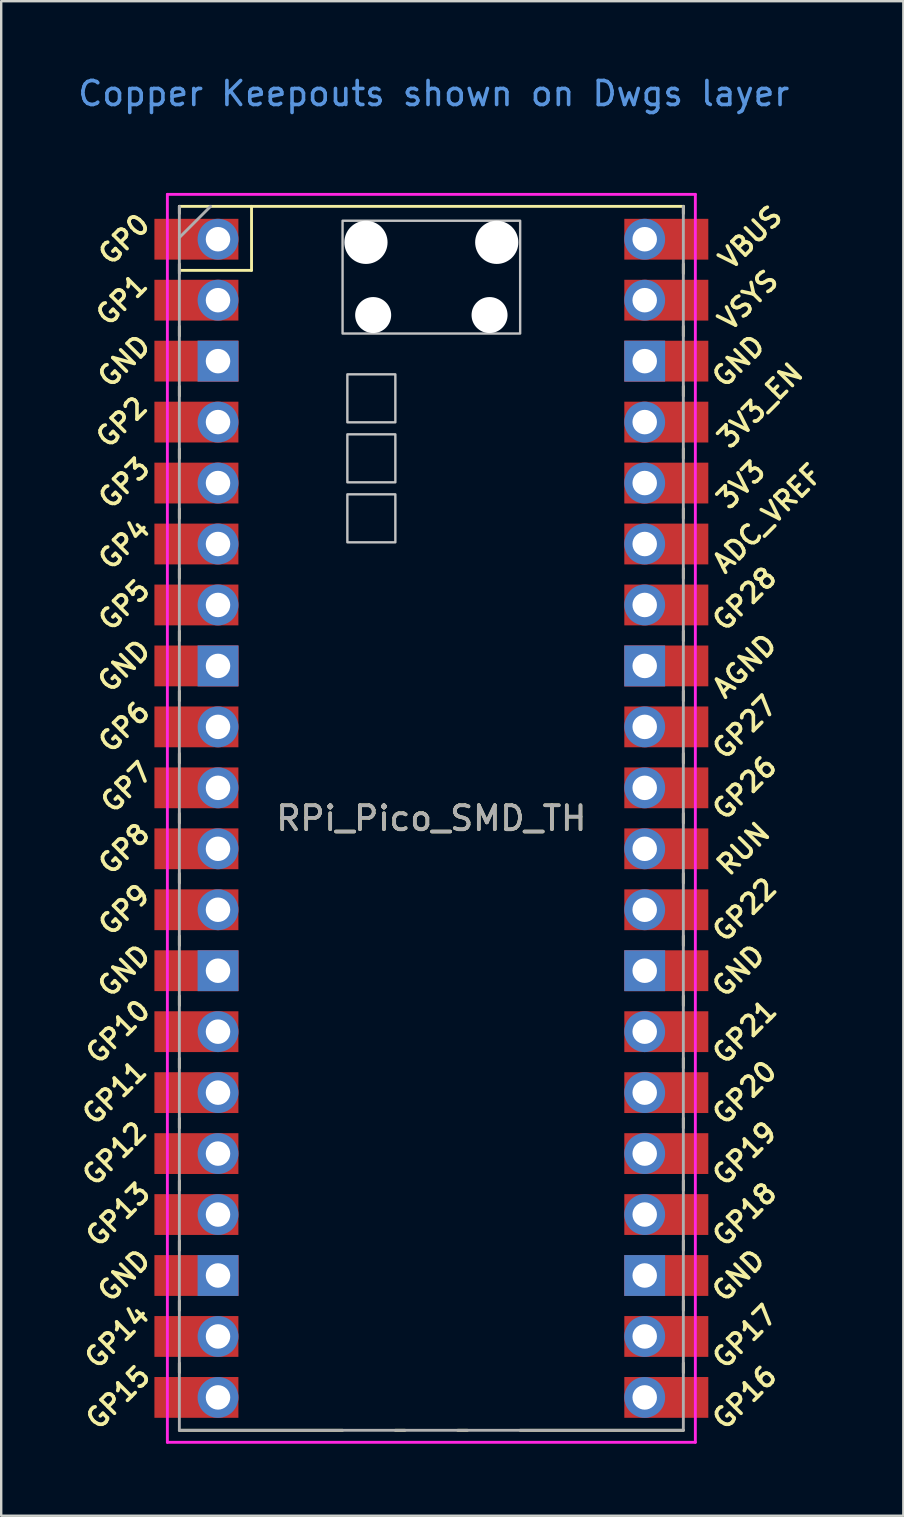
<source format=kicad_pcb>
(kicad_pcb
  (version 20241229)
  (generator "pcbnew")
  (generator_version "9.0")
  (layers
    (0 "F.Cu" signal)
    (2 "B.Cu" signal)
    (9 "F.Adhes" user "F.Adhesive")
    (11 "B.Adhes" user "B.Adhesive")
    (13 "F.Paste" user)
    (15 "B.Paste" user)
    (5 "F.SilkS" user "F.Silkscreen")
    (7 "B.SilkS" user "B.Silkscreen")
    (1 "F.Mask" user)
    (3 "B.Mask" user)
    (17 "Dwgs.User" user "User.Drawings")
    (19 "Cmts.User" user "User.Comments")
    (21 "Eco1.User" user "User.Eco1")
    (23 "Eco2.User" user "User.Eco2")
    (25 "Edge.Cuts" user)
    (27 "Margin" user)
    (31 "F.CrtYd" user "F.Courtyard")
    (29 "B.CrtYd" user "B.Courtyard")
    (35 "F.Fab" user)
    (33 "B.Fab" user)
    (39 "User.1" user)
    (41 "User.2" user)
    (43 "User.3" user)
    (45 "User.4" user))
  (footprint "RPi_Pico_SMD_TH"
    (layer "F.Cu")
    (at 14.924 31.048)
    (property "Reference" "RPi_Pico_SMD_TH" (at 0 0 0) (layer "F.SilkS") (effects (font (size 1 1) (thickness 0.15))))
    (attr through_hole)
    (fp_line (start -10.5 -25.5) (end -10.5 -25.2) (stroke (width 0.12) (type solid)) (layer "F.SilkS"))
    (fp_line (start -10.5 -25.5) (end 10.5 -25.5) (stroke (width 0.12) (type solid)) (layer "F.SilkS"))
    (fp_line (start -10.5 -23.1) (end -10.5 -22.7) (stroke (width 0.12) (type solid)) (layer "F.SilkS"))
    (fp_line (start -10.5 -22.833) (end -7.493 -22.833) (stroke (width 0.12) (type solid)) (layer "F.SilkS"))
    (fp_line (start -10.5 -20.5) (end -10.5 -20.1) (stroke (width 0.12) (type solid)) (layer "F.SilkS"))
    (fp_line (start -10.5 -18) (end -10.5 -17.6) (stroke (width 0.12) (type solid)) (layer "F.SilkS"))
    (fp_line (start -10.5 -15.4) (end -10.5 -15) (stroke (width 0.12) (type solid)) (layer "F.SilkS"))
    (fp_line (start -10.5 -12.9) (end -10.5 -12.5) (stroke (width 0.12) (type solid)) (layer "F.SilkS"))
    (fp_line (start -10.5 -10.4) (end -10.5 -10) (stroke (width 0.12) (type solid)) (layer "F.SilkS"))
    (fp_line (start -10.5 -7.8) (end -10.5 -7.4) (stroke (width 0.12) (type solid)) (layer "F.SilkS"))
    (fp_line (start -10.5 -5.3) (end -10.5 -4.9) (stroke (width 0.12) (type solid)) (layer "F.SilkS"))
    (fp_line (start -10.5 -2.7) (end -10.5 -2.3) (stroke (width 0.12) (type solid)) (layer "F.SilkS"))
    (fp_line (start -10.5 -0.2) (end -10.5 0.2) (stroke (width 0.12) (type solid)) (layer "F.SilkS"))
    (fp_line (start -10.5 2.3) (end -10.5 2.7) (stroke (width 0.12) (type solid)) (layer "F.SilkS"))
    (fp_line (start -10.5 4.9) (end -10.5 5.3) (stroke (width 0.12) (type solid)) (layer "F.SilkS"))
    (fp_line (start -10.5 7.4) (end -10.5 7.8) (stroke (width 0.12) (type solid)) (layer "F.SilkS"))
    (fp_line (start -10.5 10) (end -10.5 10.4) (stroke (width 0.12) (type solid)) (layer "F.SilkS"))
    (fp_line (start -10.5 12.5) (end -10.5 12.9) (stroke (width 0.12) (type solid)) (layer "F.SilkS"))
    (fp_line (start -10.5 15.1) (end -10.5 15.5) (stroke (width 0.12) (type solid)) (layer "F.SilkS"))
    (fp_line (start -10.5 17.6) (end -10.5 18) (stroke (width 0.12) (type solid)) (layer "F.SilkS"))
    (fp_line (start -10.5 20.1) (end -10.5 20.5) (stroke (width 0.12) (type solid)) (layer "F.SilkS"))
    (fp_line (start -10.5 22.7) (end -10.5 23.1) (stroke (width 0.12) (type solid)) (layer "F.SilkS"))
    (fp_line (start -7.493 -22.833) (end -7.493 -25.5) (stroke (width 0.12) (type solid)) (layer "F.SilkS"))
    (fp_line (start -3.7 25.5) (end -10.5 25.5) (stroke (width 0.12) (type solid)) (layer "F.SilkS"))
    (fp_line (start -1.5 25.5) (end -1.1 25.5) (stroke (width 0.12) (type solid)) (layer "F.SilkS"))
    (fp_line (start 1.1 25.5) (end 1.5 25.5) (stroke (width 0.12) (type solid)) (layer "F.SilkS"))
    (fp_line (start 10.5 -25.5) (end 10.5 -25.2) (stroke (width 0.12) (type solid)) (layer "F.SilkS"))
    (fp_line (start 10.5 -23.1) (end 10.5 -22.7) (stroke (width 0.12) (type solid)) (layer "F.SilkS"))
    (fp_line (start 10.5 -20.5) (end 10.5 -20.1) (stroke (width 0.12) (type solid)) (layer "F.SilkS"))
    (fp_line (start 10.5 -18) (end 10.5 -17.6) (stroke (width 0.12) (type solid)) (layer "F.SilkS"))
    (fp_line (start 10.5 -15.4) (end 10.5 -15) (stroke (width 0.12) (type solid)) (layer "F.SilkS"))
    (fp_line (start 10.5 -12.9) (end 10.5 -12.5) (stroke (width 0.12) (type solid)) (layer "F.SilkS"))
    (fp_line (start 10.5 -10.4) (end 10.5 -10) (stroke (width 0.12) (type solid)) (layer "F.SilkS"))
    (fp_line (start 10.5 -7.8) (end 10.5 -7.4) (stroke (width 0.12) (type solid)) (layer "F.SilkS"))
    (fp_line (start 10.5 -5.3) (end 10.5 -4.9) (stroke (width 0.12) (type solid)) (layer "F.SilkS"))
    (fp_line (start 10.5 -2.7) (end 10.5 -2.3) (stroke (width 0.12) (type solid)) (layer "F.SilkS"))
    (fp_line (start 10.5 -0.2) (end 10.5 0.2) (stroke (width 0.12) (type solid)) (layer "F.SilkS"))
    (fp_line (start 10.5 2.3) (end 10.5 2.7) (stroke (width 0.12) (type solid)) (layer "F.SilkS"))
    (fp_line (start 10.5 4.9) (end 10.5 5.3) (stroke (width 0.12) (type solid)) (layer "F.SilkS"))
    (fp_line (start 10.5 7.4) (end 10.5 7.8) (stroke (width 0.12) (type solid)) (layer "F.SilkS"))
    (fp_line (start 10.5 10) (end 10.5 10.4) (stroke (width 0.12) (type solid)) (layer "F.SilkS"))
    (fp_line (start 10.5 12.5) (end 10.5 12.9) (stroke (width 0.12) (type solid)) (layer "F.SilkS"))
    (fp_line (start 10.5 15.1) (end 10.5 15.5) (stroke (width 0.12) (type solid)) (layer "F.SilkS"))
    (fp_line (start 10.5 17.6) (end 10.5 18) (stroke (width 0.12) (type solid)) (layer "F.SilkS"))
    (fp_line (start 10.5 20.1) (end 10.5 20.5) (stroke (width 0.12) (type solid)) (layer "F.SilkS"))
    (fp_line (start 10.5 22.7) (end 10.5 23.1) (stroke (width 0.12) (type solid)) (layer "F.SilkS"))
    (fp_line (start 10.5 25.5) (end 3.7 25.5) (stroke (width 0.12) (type solid)) (layer "F.SilkS"))
    (fp_poly (pts (xy -1.5 -16.5) (xy -3.5 -16.5) (xy -3.5 -18.5) (xy -1.5 -18.5)) (stroke (width 0.1) (type solid)) (fill no) (layer "Dwgs.User"))
    (fp_poly (pts (xy -1.5 -14) (xy -3.5 -14) (xy -3.5 -16) (xy -1.5 -16)) (stroke (width 0.1) (type solid)) (fill no) (layer "Dwgs.User"))
    (fp_poly (pts (xy -1.5 -11.5) (xy -3.5 -11.5) (xy -3.5 -13.5) (xy -1.5 -13.5)) (stroke (width 0.1) (type solid)) (fill no) (layer "Dwgs.User"))
    (fp_poly (pts (xy 3.7 -20.2) (xy -3.7 -20.2) (xy -3.7 -24.9) (xy 3.7 -24.9)) (stroke (width 0.1) (type solid)) (fill no) (layer "Dwgs.User"))
    (fp_line (start -11 -26) (end 11 -26) (stroke (width 0.12) (type solid)) (layer "F.CrtYd"))
    (fp_line (start -11 26) (end -11 -26) (stroke (width 0.12) (type solid)) (layer "F.CrtYd"))
    (fp_line (start 11 -26) (end 11 26) (stroke (width 0.12) (type solid)) (layer "F.CrtYd"))
    (fp_line (start 11 26) (end -11 26) (stroke (width 0.12) (type solid)) (layer "F.CrtYd"))
    (fp_line (start -10.5 -24.2) (end -9.2 -25.5) (stroke (width 0.12) (type solid)) (layer "F.Fab"))
    (fp_line (start -10.5 25.5) (end -10.5 -25.5) (stroke (width 0.12) (type solid)) (layer "F.Fab"))
    (fp_line (start 10.5 -25.5) (end 10.5 25.5) (stroke (width 0.12) (type solid)) (layer "F.Fab"))
    (fp_line (start 10.5 25.5) (end -10.5 25.5) (stroke (width 0.12) (type solid)) (layer "F.Fab"))
    (fp_text user "GP13" (at -13.054 16.51 45) (layer "F.SilkS") (effects (font (size 0.8 0.8) (thickness 0.15))))
    (fp_text user "GND" (at -12.8 -19.05 45) (layer "F.SilkS") (effects (font (size 0.8 0.8) (thickness 0.15))))
    (fp_text user "GP4" (at -12.8 -11.43 45) (layer "F.SilkS") (effects (font (size 0.8 0.8) (thickness 0.15))))
    (fp_text user "3V3" (at 12.9 -13.9 45) (layer "F.SilkS") (effects (font (size 0.8 0.8) (thickness 0.15))))
    (fp_text user "GND" (at -12.8 6.35 45) (layer "F.SilkS") (effects (font (size 0.8 0.8) (thickness 0.15))))
    (fp_text user "GP8" (at -12.8 1.27 45) (layer "F.SilkS") (effects (font (size 0.8 0.8) (thickness 0.15))))
    (fp_text user "GP14" (at -13.1 21.59 45) (layer "F.SilkS") (effects (font (size 0.8 0.8) (thickness 0.15))))
    (fp_text user "VSYS" (at 13.2 -21.59 45) (layer "F.SilkS") (effects (font (size 0.8 0.8) (thickness 0.15))))
    (fp_text user "AGND" (at 13.054 -6.35 45) (layer "F.SilkS") (effects (font (size 0.8 0.8) (thickness 0.15))))
    (fp_text user "ADC_VREF" (at 14 -12.5 45) (layer "F.SilkS") (effects (font (size 0.8 0.8) (thickness 0.15))))
    (fp_text user "GP16" (at 13.054 24.13 45) (layer "F.SilkS") (effects (font (size 0.8 0.8) (thickness 0.15))))
    (fp_text user "VBUS" (at 13.3 -24.2 45) (layer "F.SilkS") (effects (font (size 0.8 0.8) (thickness 0.15))))
    (fp_text user "GP5" (at -12.8 -8.89 45) (layer "F.SilkS") (effects (font (size 0.8 0.8) (thickness 0.15))))
    (fp_text user "GP22" (at 13.054 3.81 45) (layer "F.SilkS") (effects (font (size 0.8 0.8) (thickness 0.15))))
    (fp_text user "GND" (at -12.8 -6.35 45) (layer "F.SilkS") (effects (font (size 0.8 0.8) (thickness 0.15))))
    (fp_text user "GP17" (at 13.054 21.59 45) (layer "F.SilkS") (effects (font (size 0.8 0.8) (thickness 0.15))))
    (fp_text user "GP21" (at 13.054 8.9 45) (layer "F.SilkS") (effects (font (size 0.8 0.8) (thickness 0.15))))
    (fp_text user "GND" (at -12.8 19.05 45) (layer "F.SilkS") (effects (font (size 0.8 0.8) (thickness 0.15))))
    (fp_text user "GP11" (at -13.2 11.43 45) (layer "F.SilkS") (effects (font (size 0.8 0.8) (thickness 0.15))))
    (fp_text user "GND" (at 12.8 6.35 45) (layer "F.SilkS") (effects (font (size 0.8 0.8) (thickness 0.15))))
    (fp_text user "GND" (at 12.8 19.05 45) (layer "F.SilkS") (effects (font (size 0.8 0.8) (thickness 0.15))))
    (fp_text user "GP27" (at 13.054 -3.8 45) (layer "F.SilkS") (effects (font (size 0.8 0.8) (thickness 0.15))))
    (fp_text user "GP2" (at -12.9 -16.51 45) (layer "F.SilkS") (effects (font (size 0.8 0.8) (thickness 0.15))))
    (fp_text user "GP15" (at -13.054 24.13 45) (layer "F.SilkS") (effects (font (size 0.8 0.8) (thickness 0.15))))
    (fp_text user "GP26" (at 13.054 -1.27 45) (layer "F.SilkS") (effects (font (size 0.8 0.8) (thickness 0.15))))
    (fp_text user "RUN" (at 13 1.27 45) (layer "F.SilkS") (effects (font (size 0.8 0.8) (thickness 0.15))))
    (fp_text user "GP1" (at -12.9 -21.6 45) (layer "F.SilkS") (effects (font (size 0.8 0.8) (thickness 0.15))))
    (fp_text user "GND" (at 12.8 -19.05 45) (layer "F.SilkS") (effects (font (size 0.8 0.8) (thickness 0.15))))
    (fp_text user "GP28" (at 13.054 -9.144 45) (layer "F.SilkS") (effects (font (size 0.8 0.8) (thickness 0.15))))
    (fp_text user "GP20" (at 13.054 11.43 45) (layer "F.SilkS") (effects (font (size 0.8 0.8) (thickness 0.15))))
    (fp_text user "GP7" (at -12.7 -1.3 45) (layer "F.SilkS") (effects (font (size 0.8 0.8) (thickness 0.15))))
    (fp_text user "GP6" (at -12.8 -3.81 45) (layer "F.SilkS") (effects (font (size 0.8 0.8) (thickness 0.15))))
    (fp_text user "GP3" (at -12.8 -13.97 45) (layer "F.SilkS") (effects (font (size 0.8 0.8) (thickness 0.15))))
    (fp_text user "GP9" (at -12.8 3.81 45) (layer "F.SilkS") (effects (font (size 0.8 0.8) (thickness 0.15))))
    (fp_text user "GP18" (at 13.054 16.51 45) (layer "F.SilkS") (effects (font (size 0.8 0.8) (thickness 0.15))))
    (fp_text user "GP10" (at -13.054 8.89 45) (layer "F.SilkS") (effects (font (size 0.8 0.8) (thickness 0.15))))
    (fp_text user "GP12" (at -13.2 13.97 45) (layer "F.SilkS") (effects (font (size 0.8 0.8) (thickness 0.15))))
    (fp_text user "3V3_EN" (at 13.7 -17.2 45) (layer "F.SilkS") (effects (font (size 0.8 0.8) (thickness 0.15))))
    (fp_text user "GP0" (at -12.8 -24.13 45) (layer "F.SilkS") (effects (font (size 0.8 0.8) (thickness 0.15))))
    (fp_text user "GP19" (at 13.054 13.97 45) (layer "F.SilkS") (effects (font (size 0.8 0.8) (thickness 0.15))))
    (fp_text user "Copper Keepouts shown on Dwgs layer" (at 0.1 -30.2 0) (layer "Cmts.User") (effects (font (size 1 1) (thickness 0.15))))
    (fp_text user "${REFERENCE}" (at 0 0 180) (layer "F.Fab") (effects (font (size 1 1) (thickness 0.15))))
    (pad "" np_thru_hole oval (at -2.725 -24) (size 1.8 1.8) (drill 1.8) (layers "*.Cu" "*.Mask"))
    (pad "" np_thru_hole oval (at -2.425 -20.97) (size 1.5 1.5) (drill 1.5) (layers "*.Cu" "*.Mask"))
    (pad "" np_thru_hole oval (at 2.425 -20.97) (size 1.5 1.5) (drill 1.5) (layers "*.Cu" "*.Mask"))
    (pad "" np_thru_hole oval (at 2.725 -24) (size 1.8 1.8) (drill 1.8) (layers "*.Cu" "*.Mask"))
    (pad "1" thru_hole oval (at -8.89 -24.13) (size 1.7 1.7) (drill 1.02) (layers "*.Cu" "*.Mask"))
    (pad "1" smd rect (at -8.89 -24.13) (size 3.5 1.7) (drill (offset -0.9 0)) (layers "F.Cu" "F.Mask"))
    (pad "2" thru_hole oval (at -8.89 -21.59) (size 1.7 1.7) (drill 1.02) (layers "*.Cu" "*.Mask"))
    (pad "2" smd rect (at -8.89 -21.59) (size 3.5 1.7) (drill (offset -0.9 0)) (layers "F.Cu" "F.Mask"))
    (pad "3" thru_hole rect (at -8.89 -19.05) (size 1.7 1.7) (drill 1.02) (layers "*.Cu" "*.Mask"))
    (pad "3" smd rect (at -8.89 -19.05) (size 3.5 1.7) (drill (offset -0.9 0)) (layers "F.Cu" "F.Mask"))
    (pad "4" thru_hole oval (at -8.89 -16.51) (size 1.7 1.7) (drill 1.02) (layers "*.Cu" "*.Mask"))
    (pad "4" smd rect (at -8.89 -16.51) (size 3.5 1.7) (drill (offset -0.9 0)) (layers "F.Cu" "F.Mask"))
    (pad "5" thru_hole oval (at -8.89 -13.97) (size 1.7 1.7) (drill 1.02) (layers "*.Cu" "*.Mask"))
    (pad "5" smd rect (at -8.89 -13.97) (size 3.5 1.7) (drill (offset -0.9 0)) (layers "F.Cu" "F.Mask"))
    (pad "6" thru_hole oval (at -8.89 -11.43) (size 1.7 1.7) (drill 1.02) (layers "*.Cu" "*.Mask"))
    (pad "6" smd rect (at -8.89 -11.43) (size 3.5 1.7) (drill (offset -0.9 0)) (layers "F.Cu" "F.Mask"))
    (pad "7" thru_hole oval (at -8.89 -8.89) (size 1.7 1.7) (drill 1.02) (layers "*.Cu" "*.Mask"))
    (pad "7" smd rect (at -8.89 -8.89) (size 3.5 1.7) (drill (offset -0.9 0)) (layers "F.Cu" "F.Mask"))
    (pad "8" thru_hole rect (at -8.89 -6.35) (size 1.7 1.7) (drill 1.02) (layers "*.Cu" "*.Mask"))
    (pad "8" smd rect (at -8.89 -6.35) (size 3.5 1.7) (drill (offset -0.9 0)) (layers "F.Cu" "F.Mask"))
    (pad "9" thru_hole oval (at -8.89 -3.81) (size 1.7 1.7) (drill 1.02) (layers "*.Cu" "*.Mask"))
    (pad "9" smd rect (at -8.89 -3.81) (size 3.5 1.7) (drill (offset -0.9 0)) (layers "F.Cu" "F.Mask"))
    (pad "10" thru_hole oval (at -8.89 -1.27) (size 1.7 1.7) (drill 1.02) (layers "*.Cu" "*.Mask"))
    (pad "10" smd rect (at -8.89 -1.27) (size 3.5 1.7) (drill (offset -0.9 0)) (layers "F.Cu" "F.Mask"))
    (pad "11" thru_hole oval (at -8.89 1.27) (size 1.7 1.7) (drill 1.02) (layers "*.Cu" "*.Mask"))
    (pad "11" smd rect (at -8.89 1.27) (size 3.5 1.7) (drill (offset -0.9 0)) (layers "F.Cu" "F.Mask"))
    (pad "12" thru_hole oval (at -8.89 3.81) (size 1.7 1.7) (drill 1.02) (layers "*.Cu" "*.Mask"))
    (pad "12" smd rect (at -8.89 3.81) (size 3.5 1.7) (drill (offset -0.9 0)) (layers "F.Cu" "F.Mask"))
    (pad "13" thru_hole rect (at -8.89 6.35) (size 1.7 1.7) (drill 1.02) (layers "*.Cu" "*.Mask"))
    (pad "13" smd rect (at -8.89 6.35) (size 3.5 1.7) (drill (offset -0.9 0)) (layers "F.Cu" "F.Mask"))
    (pad "14" thru_hole oval (at -8.89 8.89) (size 1.7 1.7) (drill 1.02) (layers "*.Cu" "*.Mask"))
    (pad "14" smd rect (at -8.89 8.89) (size 3.5 1.7) (drill (offset -0.9 0)) (layers "F.Cu" "F.Mask"))
    (pad "15" thru_hole oval (at -8.89 11.43) (size 1.7 1.7) (drill 1.02) (layers "*.Cu" "*.Mask"))
    (pad "15" smd rect (at -8.89 11.43) (size 3.5 1.7) (drill (offset -0.9 0)) (layers "F.Cu" "F.Mask"))
    (pad "16" thru_hole oval (at -8.89 13.97) (size 1.7 1.7) (drill 1.02) (layers "*.Cu" "*.Mask"))
    (pad "16" smd rect (at -8.89 13.97) (size 3.5 1.7) (drill (offset -0.9 0)) (layers "F.Cu" "F.Mask"))
    (pad "17" thru_hole oval (at -8.89 16.51) (size 1.7 1.7) (drill 1.02) (layers "*.Cu" "*.Mask"))
    (pad "17" smd rect (at -8.89 16.51) (size 3.5 1.7) (drill (offset -0.9 0)) (layers "F.Cu" "F.Mask"))
    (pad "18" thru_hole rect (at -8.89 19.05) (size 1.7 1.7) (drill 1.02) (layers "*.Cu" "*.Mask"))
    (pad "18" smd rect (at -8.89 19.05) (size 3.5 1.7) (drill (offset -0.9 0)) (layers "F.Cu" "F.Mask"))
    (pad "19" thru_hole oval (at -8.89 21.59) (size 1.7 1.7) (drill 1.02) (layers "*.Cu" "*.Mask"))
    (pad "19" smd rect (at -8.89 21.59) (size 3.5 1.7) (drill (offset -0.9 0)) (layers "F.Cu" "F.Mask"))
    (pad "20" thru_hole oval (at -8.89 24.13) (size 1.7 1.7) (drill 1.02) (layers "*.Cu" "*.Mask"))
    (pad "20" smd rect (at -8.89 24.13) (size 3.5 1.7) (drill (offset -0.9 0)) (layers "F.Cu" "F.Mask"))
    (pad "21" thru_hole oval (at 8.89 24.13) (size 1.7 1.7) (drill 1.02) (layers "*.Cu" "*.Mask"))
    (pad "21" smd rect (at 8.89 24.13) (size 3.5 1.7) (drill (offset 0.9 0)) (layers "F.Cu" "F.Mask"))
    (pad "22" thru_hole oval (at 8.89 21.59) (size 1.7 1.7) (drill 1.02) (layers "*.Cu" "*.Mask"))
    (pad "22" smd rect (at 8.89 21.59) (size 3.5 1.7) (drill (offset 0.9 0)) (layers "F.Cu" "F.Mask"))
    (pad "23" thru_hole rect (at 8.89 19.05) (size 1.7 1.7) (drill 1.02) (layers "*.Cu" "*.Mask"))
    (pad "23" smd rect (at 8.89 19.05) (size 3.5 1.7) (drill (offset 0.9 0)) (layers "F.Cu" "F.Mask"))
    (pad "24" thru_hole oval (at 8.89 16.51) (size 1.7 1.7) (drill 1.02) (layers "*.Cu" "*.Mask"))
    (pad "24" smd rect (at 8.89 16.51) (size 3.5 1.7) (drill (offset 0.9 0)) (layers "F.Cu" "F.Mask"))
    (pad "25" thru_hole oval (at 8.89 13.97) (size 1.7 1.7) (drill 1.02) (layers "*.Cu" "*.Mask"))
    (pad "25" smd rect (at 8.89 13.97) (size 3.5 1.7) (drill (offset 0.9 0)) (layers "F.Cu" "F.Mask"))
    (pad "26" thru_hole oval (at 8.89 11.43) (size 1.7 1.7) (drill 1.02) (layers "*.Cu" "*.Mask"))
    (pad "26" smd rect (at 8.89 11.43) (size 3.5 1.7) (drill (offset 0.9 0)) (layers "F.Cu" "F.Mask"))
    (pad "27" thru_hole oval (at 8.89 8.89) (size 1.7 1.7) (drill 1.02) (layers "*.Cu" "*.Mask"))
    (pad "27" smd rect (at 8.89 8.89) (size 3.5 1.7) (drill (offset 0.9 0)) (layers "F.Cu" "F.Mask"))
    (pad "28" thru_hole rect (at 8.89 6.35) (size 1.7 1.7) (drill 1.02) (layers "*.Cu" "*.Mask"))
    (pad "28" smd rect (at 8.89 6.35) (size 3.5 1.7) (drill (offset 0.9 0)) (layers "F.Cu" "F.Mask"))
    (pad "29" thru_hole oval (at 8.89 3.81) (size 1.7 1.7) (drill 1.02) (layers "*.Cu" "*.Mask"))
    (pad "29" smd rect (at 8.89 3.81) (size 3.5 1.7) (drill (offset 0.9 0)) (layers "F.Cu" "F.Mask"))
    (pad "30" thru_hole oval (at 8.89 1.27) (size 1.7 1.7) (drill 1.02) (layers "*.Cu" "*.Mask"))
    (pad "30" smd rect (at 8.89 1.27) (size 3.5 1.7) (drill (offset 0.9 0)) (layers "F.Cu" "F.Mask"))
    (pad "31" thru_hole oval (at 8.89 -1.27) (size 1.7 1.7) (drill 1.02) (layers "*.Cu" "*.Mask"))
    (pad "31" smd rect (at 8.89 -1.27) (size 3.5 1.7) (drill (offset 0.9 0)) (layers "F.Cu" "F.Mask"))
    (pad "32" thru_hole oval (at 8.89 -3.81) (size 1.7 1.7) (drill 1.02) (layers "*.Cu" "*.Mask"))
    (pad "32" smd rect (at 8.89 -3.81) (size 3.5 1.7) (drill (offset 0.9 0)) (layers "F.Cu" "F.Mask"))
    (pad "33" thru_hole rect (at 8.89 -6.35) (size 1.7 1.7) (drill 1.02) (layers "*.Cu" "*.Mask"))
    (pad "33" smd rect (at 8.89 -6.35) (size 3.5 1.7) (drill (offset 0.9 0)) (layers "F.Cu" "F.Mask"))
    (pad "34" thru_hole oval (at 8.89 -8.89) (size 1.7 1.7) (drill 1.02) (layers "*.Cu" "*.Mask"))
    (pad "34" smd rect (at 8.89 -8.89) (size 3.5 1.7) (drill (offset 0.9 0)) (layers "F.Cu" "F.Mask"))
    (pad "35" thru_hole oval (at 8.89 -11.43) (size 1.7 1.7) (drill 1.02) (layers "*.Cu" "*.Mask"))
    (pad "35" smd rect (at 8.89 -11.43) (size 3.5 1.7) (drill (offset 0.9 0)) (layers "F.Cu" "F.Mask"))
    (pad "36" thru_hole oval (at 8.89 -13.97) (size 1.7 1.7) (drill 1.02) (layers "*.Cu" "*.Mask"))
    (pad "36" smd rect (at 8.89 -13.97) (size 3.5 1.7) (drill (offset 0.9 0)) (layers "F.Cu" "F.Mask"))
    (pad "37" thru_hole oval (at 8.89 -16.51) (size 1.7 1.7) (drill 1.02) (layers "*.Cu" "*.Mask"))
    (pad "37" smd rect (at 8.89 -16.51) (size 3.5 1.7) (drill (offset 0.9 0)) (layers "F.Cu" "F.Mask"))
    (pad "38" thru_hole rect (at 8.89 -19.05) (size 1.7 1.7) (drill 1.02) (layers "*.Cu" "*.Mask"))
    (pad "38" smd rect (at 8.89 -19.05) (size 3.5 1.7) (drill (offset 0.9 0)) (layers "F.Cu" "F.Mask"))
    (pad "39" thru_hole oval (at 8.89 -21.59) (size 1.7 1.7) (drill 1.02) (layers "*.Cu" "*.Mask"))
    (pad "39" smd rect (at 8.89 -21.59) (size 3.5 1.7) (drill (offset 0.9 0)) (layers "F.Cu" "F.Mask"))
    (pad "40" thru_hole oval (at 8.89 -24.13) (size 1.7 1.7) (drill 1.02) (layers "*.Cu" "*.Mask"))
    (pad "40" smd rect (at 8.89 -24.13) (size 3.5 1.7) (drill (offset 0.9 0)) (layers "F.Cu" "F.Mask")))
  (gr_rect
    (start -3 -3)
    (end 34.591 60.108)
    (stroke (width 0.1) (type default))
    (fill no)
    (layer "Edge.Cuts")))
</source>
